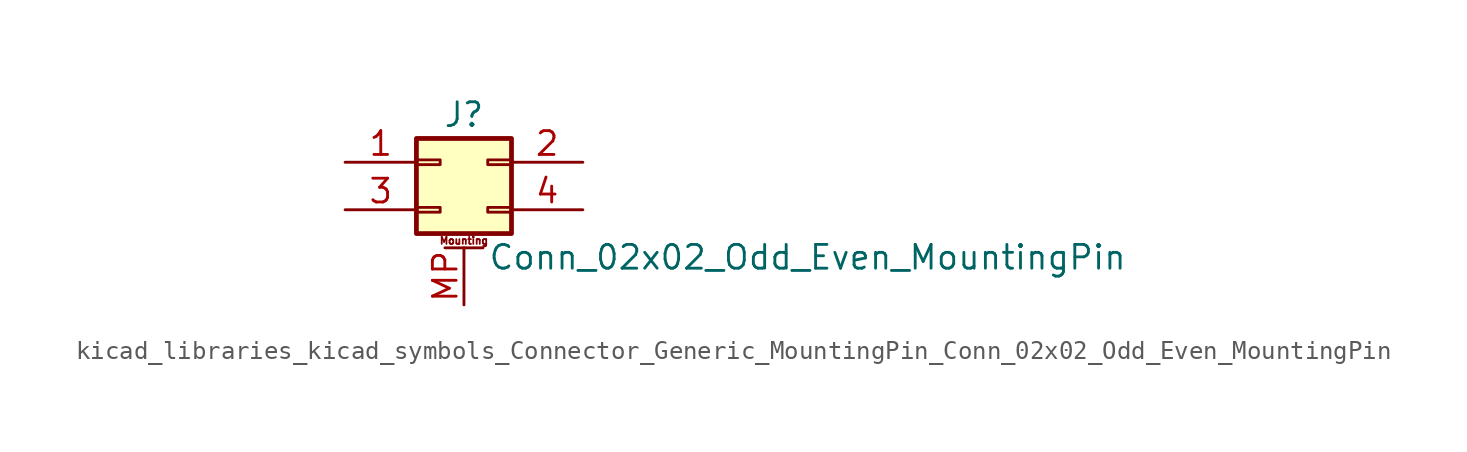
<source format=kicad_sym>
(kicad_symbol_lib
  (version 20220914)
  (generator kicad_symbol_editor)
  (symbol "kicad_libraries_kicad_symbols_Connector_Generic_MountingPin_Conn_02x02_Odd_Even_MountingPin"
    (pin_names
      (offset 1.016) hide)
    (property "Reference" "J"
      (at 1.27 2.54 0)
      (effects (font (size 1.27 1.27))))
    (property "Value" "Conn_02x02_Odd_Even_MountingPin"
      (at 2.54 -5.08 0)
      (effects (font (size 1.27 1.27)) (justify left)))
    (symbol "kicad_libraries_kicad_symbols_Connector_Generic_MountingPin_Conn_02x02_Odd_Even_MountingPin_1_1"
      (rectangle (start -1.27 -2.413) (end 0 -2.667) (stroke (width 0.152) (type default)) (fill (type none)))
      (rectangle (start -1.27 0.127) (end 0 -0.127) (stroke (width 0.152) (type default)) (fill (type none)))
      (rectangle (start -1.27 1.27) (end 3.81 -3.81) (stroke (width 0.254) (type default)) (fill (type background)))
      (polyline (pts (xy 0.254 -4.572) (xy 2.286 -4.572)) (stroke (width 0.152) (type default)) (fill (type none)))
      (rectangle (start 3.81 -2.413) (end 2.54 -2.667) (stroke (width 0.152) (type default)) (fill (type none)))
      (rectangle (start 3.81 0.127) (end 2.54 -0.127) (stroke (width 0.152) (type default)) (fill (type none)))
      (text "Mounting" (at 1.27 -4.191 0) (effects (font (size 0.381 0.381))))
      (pin passive line (at -5.08 0 0) (length 3.81) (name "Pin_1" (effects (font (size 1.27 1.27)))) (number "1" (effects (font (size 1.27 1.27)))))
      (pin passive line (at 7.62 0 180) (length 3.81) (name "Pin_2" (effects (font (size 1.27 1.27)))) (number "2" (effects (font (size 1.27 1.27)))))
      (pin passive line (at -5.08 -2.54 0) (length 3.81) (name "Pin_3" (effects (font (size 1.27 1.27)))) (number "3" (effects (font (size 1.27 1.27)))))
      (pin passive line (at 7.62 -2.54 180) (length 3.81) (name "Pin_4" (effects (font (size 1.27 1.27)))) (number "4" (effects (font (size 1.27 1.27)))))
      (pin passive line (at 1.27 -7.62 90) (length 3.048) (name "MountPin" (effects (font (size 1.27 1.27)))) (number "MP" (effects (font (size 1.27 1.27))))))))
</source>
